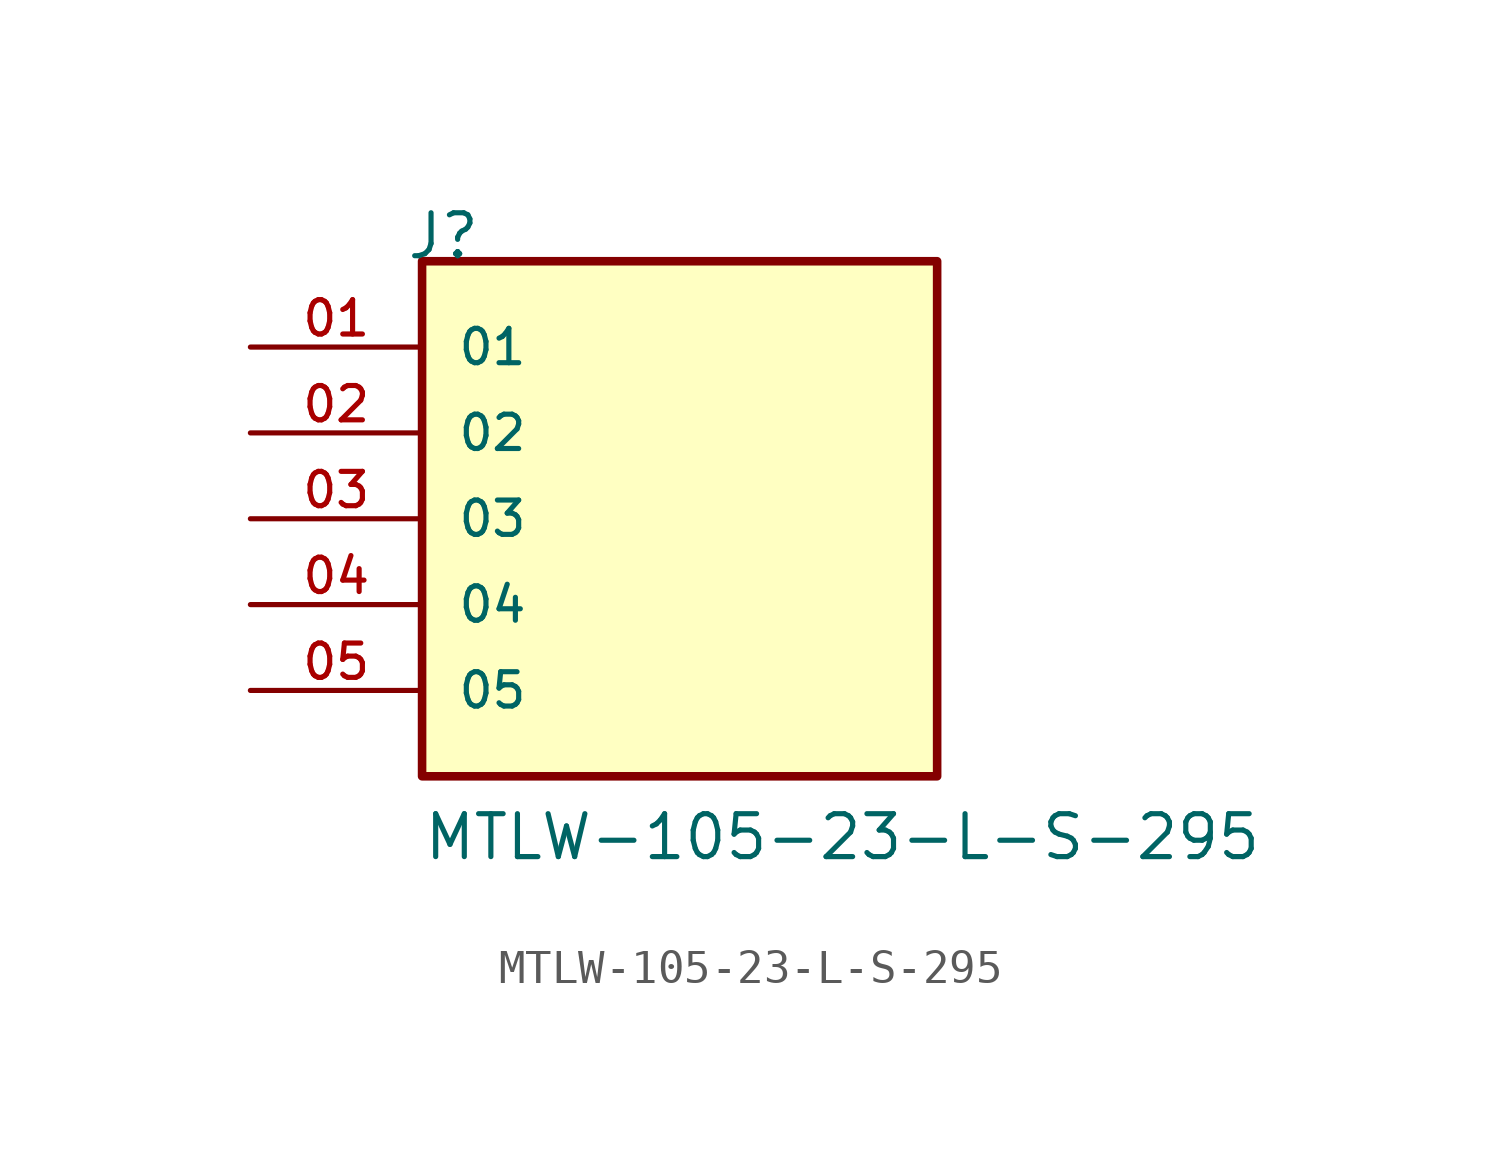
<source format=kicad_sym>
(kicad_symbol_lib
  (version 20231120)
  (generator "kicad_symbol_editor")
  (generator_version "8.0")
  (symbol "MTLW-105-23-L-S-295"
    (pin_names
      (offset 1.016))
    (property "Reference" "J"
      (at -8.12 7.62 0)
      (effects (font (size 1.27 1.27)) (justify left bottom)))
    (property "Value" "MTLW-105-23-L-S-295"
      (at -7.62 -10.16 0)
      (effects (font (size 1.27 1.27)) (justify left bottom)))
    (symbol "MTLW-105-23-L-S-295_0_0"
      (rectangle (start -7.62 -7.62) (end 7.62 7.62) (stroke (width 0.254) (type default)) (fill (type background)))
      (pin passive line (at -12.7 5.08 0) (length 5.08) (name "01" (effects (font (size 1.016 1.016)))) (number "01" (effects (font (size 1.016 1.016)))))
      (pin passive line (at -12.7 2.54 0) (length 5.08) (name "02" (effects (font (size 1.016 1.016)))) (number "02" (effects (font (size 1.016 1.016)))))
      (pin passive line (at -12.7 0 0) (length 5.08) (name "03" (effects (font (size 1.016 1.016)))) (number "03" (effects (font (size 1.016 1.016)))))
      (pin passive line (at -12.7 -2.54 0) (length 5.08) (name "04" (effects (font (size 1.016 1.016)))) (number "04" (effects (font (size 1.016 1.016)))))
      (pin passive line (at -12.7 -5.08 0) (length 5.08) (name "05" (effects (font (size 1.016 1.016)))) (number "05" (effects (font (size 1.016 1.016))))))))
</source>
